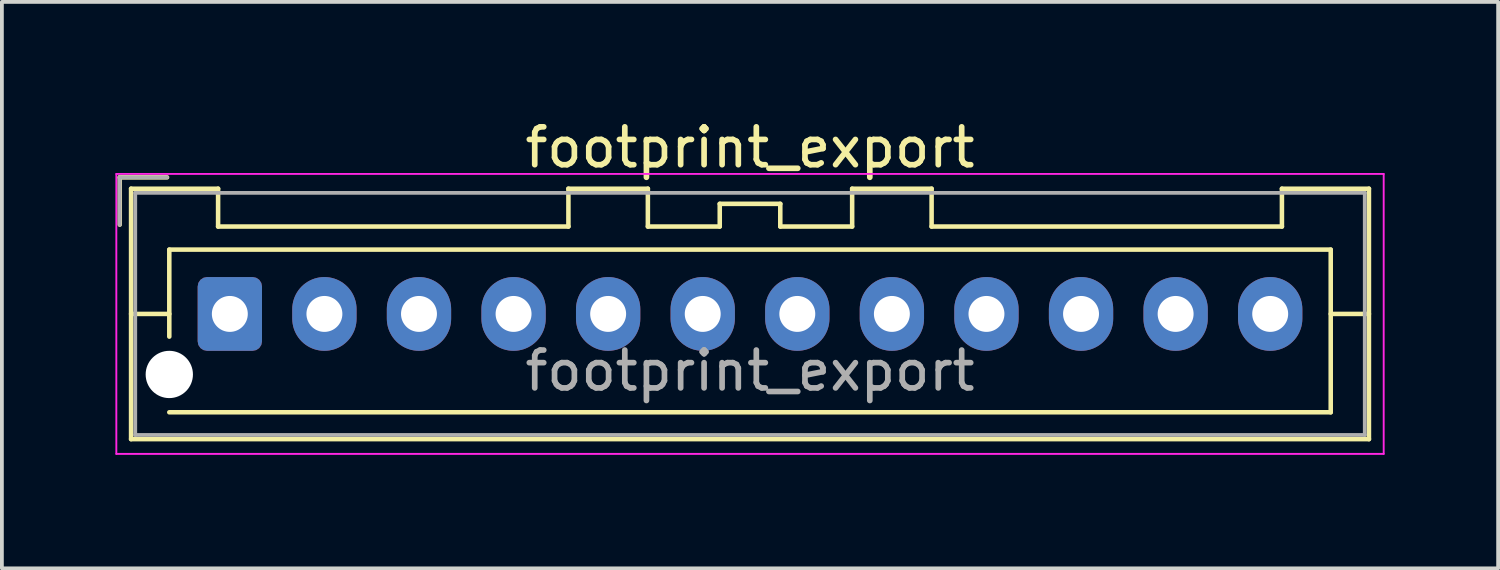
<source format=kicad_pcb>
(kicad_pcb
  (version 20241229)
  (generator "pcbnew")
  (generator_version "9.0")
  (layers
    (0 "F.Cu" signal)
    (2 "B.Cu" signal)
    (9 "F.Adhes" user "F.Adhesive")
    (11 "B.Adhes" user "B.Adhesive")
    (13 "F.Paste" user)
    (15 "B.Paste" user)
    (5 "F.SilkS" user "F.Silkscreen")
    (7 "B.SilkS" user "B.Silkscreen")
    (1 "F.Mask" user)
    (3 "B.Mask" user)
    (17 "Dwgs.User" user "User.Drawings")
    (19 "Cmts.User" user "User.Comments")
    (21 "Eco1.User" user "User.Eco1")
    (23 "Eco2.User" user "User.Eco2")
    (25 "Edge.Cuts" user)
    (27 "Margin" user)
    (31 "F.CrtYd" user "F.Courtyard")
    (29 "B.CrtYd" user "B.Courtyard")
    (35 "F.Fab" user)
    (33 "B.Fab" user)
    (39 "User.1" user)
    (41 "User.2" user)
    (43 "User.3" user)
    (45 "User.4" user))
  (footprint "footprint_export"
    (layer "F.Cu")
    (at 3.025 5.248)
    (property "Reference" "footprint_export" (at 13.75 -4.4 0) (layer "F.SilkS") (effects (font (size 1 1) (thickness 0.15))))
    (attr through_hole)
    (fp_line (start -2.91 -3.61) (end -2.91 -2.36) (stroke (width 0.12) (type solid)) (layer "F.SilkS"))
    (fp_line (start -2.61 -3.31) (end -2.61 3.31) (stroke (width 0.12) (type solid)) (layer "F.SilkS"))
    (fp_line (start -2.61 0) (end -1.6 0) (stroke (width 0.12) (type solid)) (layer "F.SilkS"))
    (fp_line (start -2.61 3.31) (end 30.11 3.31) (stroke (width 0.12) (type solid)) (layer "F.SilkS"))
    (fp_line (start -1.66 -3.61) (end -2.91 -3.61) (stroke (width 0.12) (type solid)) (layer "F.SilkS"))
    (fp_line (start -1.6 -1.7) (end 29.1 -1.7) (stroke (width 0.12) (type solid)) (layer "F.SilkS"))
    (fp_line (start -1.6 0.6) (end -1.6 -1.7) (stroke (width 0.12) (type solid)) (layer "F.SilkS"))
    (fp_line (start -0.31 -3.31) (end -2.61 -3.31) (stroke (width 0.12) (type solid)) (layer "F.SilkS"))
    (fp_line (start -0.31 -2.31) (end -0.31 -3.31) (stroke (width 0.12) (type solid)) (layer "F.SilkS"))
    (fp_line (start 8.95 -3.31) (end 8.95 -2.31) (stroke (width 0.12) (type solid)) (layer "F.SilkS"))
    (fp_line (start 8.95 -2.31) (end -0.31 -2.31) (stroke (width 0.12) (type solid)) (layer "F.SilkS"))
    (fp_line (start 11.05 -3.31) (end 8.95 -3.31) (stroke (width 0.12) (type solid)) (layer "F.SilkS"))
    (fp_line (start 11.05 -2.31) (end 11.05 -3.31) (stroke (width 0.12) (type solid)) (layer "F.SilkS"))
    (fp_line (start 12.95 -2.91) (end 12.95 -2.31) (stroke (width 0.12) (type solid)) (layer "F.SilkS"))
    (fp_line (start 12.95 -2.31) (end 11.05 -2.31) (stroke (width 0.12) (type solid)) (layer "F.SilkS"))
    (fp_line (start 14.55 -2.91) (end 12.95 -2.91) (stroke (width 0.12) (type solid)) (layer "F.SilkS"))
    (fp_line (start 14.55 -2.31) (end 14.55 -2.91) (stroke (width 0.12) (type solid)) (layer "F.SilkS"))
    (fp_line (start 16.45 -3.31) (end 16.45 -2.31) (stroke (width 0.12) (type solid)) (layer "F.SilkS"))
    (fp_line (start 16.45 -2.31) (end 14.55 -2.31) (stroke (width 0.12) (type solid)) (layer "F.SilkS"))
    (fp_line (start 18.55 -3.31) (end 16.45 -3.31) (stroke (width 0.12) (type solid)) (layer "F.SilkS"))
    (fp_line (start 18.55 -2.31) (end 18.55 -3.31) (stroke (width 0.12) (type solid)) (layer "F.SilkS"))
    (fp_line (start 27.81 -3.31) (end 27.81 -2.31) (stroke (width 0.12) (type solid)) (layer "F.SilkS"))
    (fp_line (start 27.81 -2.31) (end 18.55 -2.31) (stroke (width 0.12) (type solid)) (layer "F.SilkS"))
    (fp_line (start 29.1 -1.7) (end 29.1 2.6) (stroke (width 0.12) (type solid)) (layer "F.SilkS"))
    (fp_line (start 29.1 2.6) (end -1.6 2.6) (stroke (width 0.12) (type solid)) (layer "F.SilkS"))
    (fp_line (start 30.11 -3.31) (end 27.81 -3.31) (stroke (width 0.12) (type solid)) (layer "F.SilkS"))
    (fp_line (start 30.11 0) (end 29.1 0) (stroke (width 0.12) (type solid)) (layer "F.SilkS"))
    (fp_line (start 30.11 3.31) (end 30.11 -3.31) (stroke (width 0.12) (type solid)) (layer "F.SilkS"))
    (fp_line (start -3 -3.7) (end -3 3.7) (stroke (width 0.05) (type solid)) (layer "F.CrtYd"))
    (fp_line (start -3 3.7) (end 30.5 3.7) (stroke (width 0.05) (type solid)) (layer "F.CrtYd"))
    (fp_line (start 30.5 -3.7) (end -3 -3.7) (stroke (width 0.05) (type solid)) (layer "F.CrtYd"))
    (fp_line (start 30.5 3.7) (end 30.5 -3.7) (stroke (width 0.05) (type solid)) (layer "F.CrtYd"))
    (fp_line (start -2.91 -3.61) (end -2.91 -2.36) (stroke (width 0.1) (type solid)) (layer "F.Fab"))
    (fp_line (start -2.5 -3.2) (end -2.5 3.2) (stroke (width 0.1) (type solid)) (layer "F.Fab"))
    (fp_line (start -2.5 3.2) (end 30 3.2) (stroke (width 0.1) (type solid)) (layer "F.Fab"))
    (fp_line (start -1.66 -3.61) (end -2.91 -3.61) (stroke (width 0.1) (type solid)) (layer "F.Fab"))
    (fp_line (start 30 -3.2) (end -2.5 -3.2) (stroke (width 0.1) (type solid)) (layer "F.Fab"))
    (fp_line (start 30 3.2) (end 30 -3.2) (stroke (width 0.1) (type solid)) (layer "F.Fab"))
    (fp_text user "${REFERENCE}" (at 13.75 1.5 0) (layer "F.Fab") (effects (font (size 1 1) (thickness 0.15))))
    (pad "" np_thru_hole circle (at -1.6 1.6) (size 1.25 1.25) (drill 1.25) (layers "*.Cu" "*.Mask"))
    (pad "1" thru_hole roundrect (at 0 0) (size 1.7 1.95) (drill 0.95) (layers "*.Cu" "*.Mask") (roundrect_rratio 0.147))
    (pad "2" thru_hole oval (at 2.5 0) (size 1.7 1.95) (drill 0.95) (layers "*.Cu" "*.Mask"))
    (pad "3" thru_hole oval (at 5 0) (size 1.7 1.95) (drill 0.95) (layers "*.Cu" "*.Mask"))
    (pad "4" thru_hole oval (at 7.5 0) (size 1.7 1.95) (drill 0.95) (layers "*.Cu" "*.Mask"))
    (pad "5" thru_hole oval (at 10 0) (size 1.7 1.95) (drill 0.95) (layers "*.Cu" "*.Mask"))
    (pad "6" thru_hole oval (at 12.5 0) (size 1.7 1.95) (drill 0.95) (layers "*.Cu" "*.Mask"))
    (pad "7" thru_hole oval (at 15 0) (size 1.7 1.95) (drill 0.95) (layers "*.Cu" "*.Mask"))
    (pad "8" thru_hole oval (at 17.5 0) (size 1.7 1.95) (drill 0.95) (layers "*.Cu" "*.Mask"))
    (pad "9" thru_hole oval (at 20 0) (size 1.7 1.95) (drill 0.95) (layers "*.Cu" "*.Mask"))
    (pad "10" thru_hole oval (at 22.5 0) (size 1.7 1.95) (drill 0.95) (layers "*.Cu" "*.Mask"))
    (pad "11" thru_hole oval (at 25 0) (size 1.7 1.95) (drill 0.95) (layers "*.Cu" "*.Mask"))
    (pad "12" thru_hole oval (at 27.5 0) (size 1.7 1.95) (drill 0.95) (layers "*.Cu" "*.Mask")))
  (gr_rect
    (start -3 -3)
    (end 36.55 11.973)
    (stroke (width 0.1) (type default))
    (fill no)
    (layer "Edge.Cuts")))
</source>
